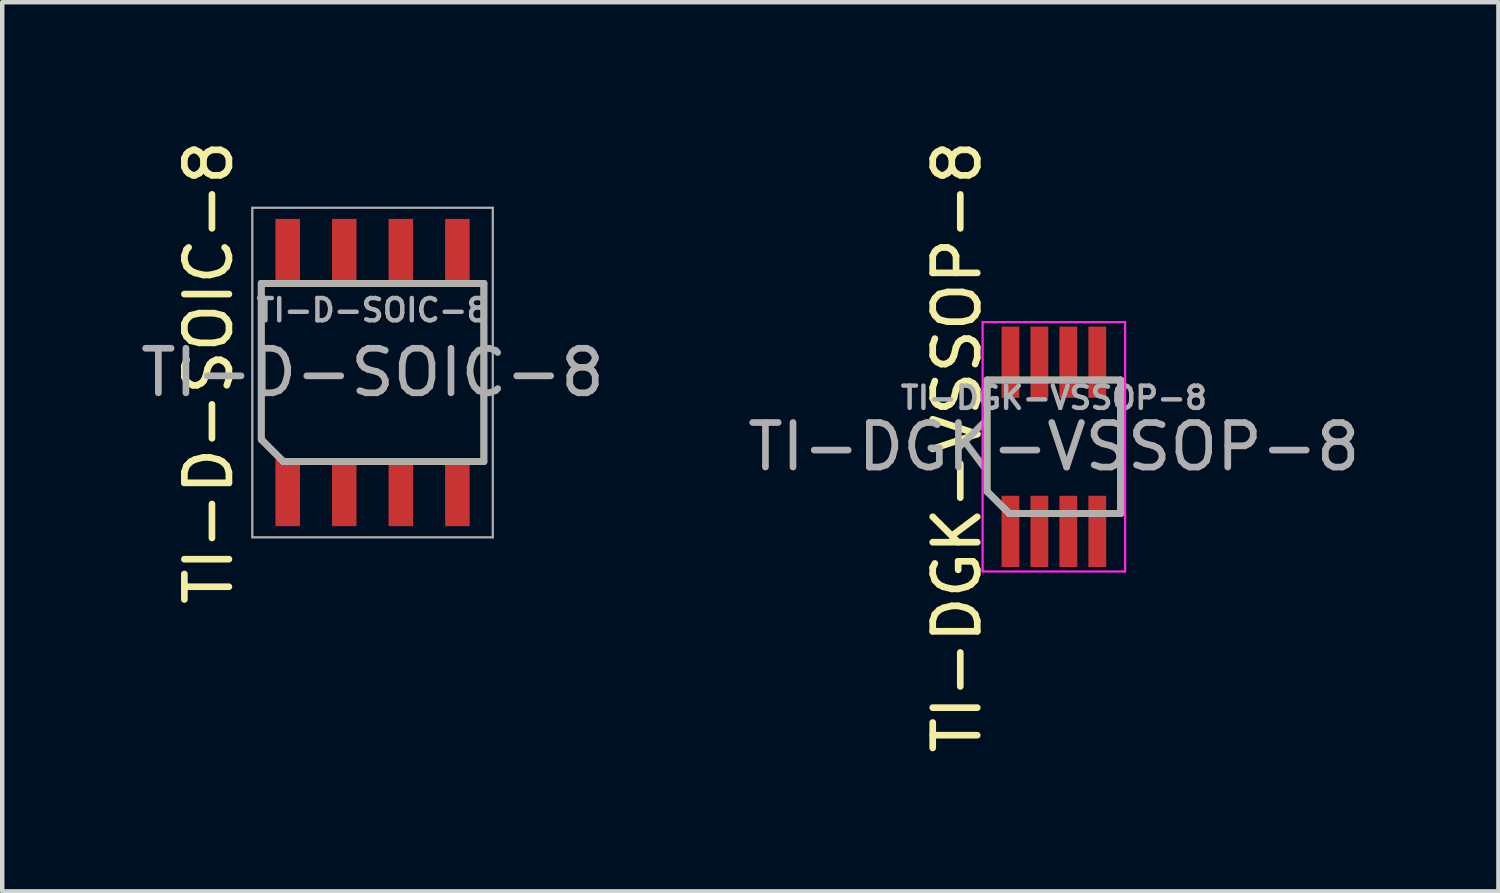
<source format=kicad_pcb>
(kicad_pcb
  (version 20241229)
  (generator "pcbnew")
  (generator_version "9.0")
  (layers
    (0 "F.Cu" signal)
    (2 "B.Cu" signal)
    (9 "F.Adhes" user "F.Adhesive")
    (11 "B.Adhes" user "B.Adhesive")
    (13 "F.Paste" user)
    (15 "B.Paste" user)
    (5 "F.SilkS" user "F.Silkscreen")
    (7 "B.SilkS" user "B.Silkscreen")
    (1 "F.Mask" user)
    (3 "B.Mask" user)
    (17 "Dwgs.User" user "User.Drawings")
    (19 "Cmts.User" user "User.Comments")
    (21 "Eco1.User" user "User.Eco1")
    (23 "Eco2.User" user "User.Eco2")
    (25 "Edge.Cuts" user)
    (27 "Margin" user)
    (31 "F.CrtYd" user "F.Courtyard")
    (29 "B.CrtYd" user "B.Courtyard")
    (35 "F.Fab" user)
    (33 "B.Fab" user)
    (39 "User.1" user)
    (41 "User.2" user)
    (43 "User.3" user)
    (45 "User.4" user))
  (footprint "TI-DGK-VSSOP-8"
    (layer "F.Cu")
    (at 20.613 6.982)
    (property "Reference" "TI-DGK-VSSOP-8" (at -2.175 0 90) (layer "F.SilkS") (effects (font (size 1 1) (thickness 0.15))))
    (property "Value" "TI-DGK-VSSOP-8" (at 0 4 0) (layer "F.Fab") (hide yes) (effects (font (size 1 1) (thickness 0.15))))
    (attr smd)
    (fp_line (start -1.5 -1.5) (end -1.5 1) (stroke (width 0.15) (type solid)) (layer "F.SilkS"))
    (fp_line (start -1.5 1) (end -1 1.5) (stroke (width 0.15) (type solid)) (layer "F.SilkS"))
    (fp_line (start -1 1.5) (end 1.5 1.5) (stroke (width 0.15) (type solid)) (layer "F.SilkS"))
    (fp_line (start 1.5 -1.5) (end -1.5 -1.5) (stroke (width 0.15) (type solid)) (layer "F.SilkS"))
    (fp_line (start 1.5 1.5) (end 1.5 -1.5) (stroke (width 0.15) (type solid)) (layer "F.SilkS"))
    (fp_line (start -1.6 -2.8) (end -1.6 2.8) (stroke (width 0.05) (type solid)) (layer "F.CrtYd"))
    (fp_line (start -1.6 2.8) (end 1.6 2.8) (stroke (width 0.05) (type solid)) (layer "F.CrtYd"))
    (fp_line (start 1.6 -2.8) (end -1.6 -2.8) (stroke (width 0.05) (type solid)) (layer "F.CrtYd"))
    (fp_line (start 1.6 2.8) (end 1.6 -2.8) (stroke (width 0.05) (type solid)) (layer "F.CrtYd"))
    (fp_line (start -1.5 -1.5) (end -1.5 1) (stroke (width 0.15) (type solid)) (layer "F.Fab"))
    (fp_line (start -1.5 1) (end -1 1.5) (stroke (width 0.15) (type solid)) (layer "F.Fab"))
    (fp_line (start -1 1.5) (end 1.5 1.5) (stroke (width 0.15) (type solid)) (layer "F.Fab"))
    (fp_line (start 1.5 -1.5) (end -1.5 -1.5) (stroke (width 0.15) (type solid)) (layer "F.Fab"))
    (fp_line (start 1.5 1.5) (end 1.5 -1.5) (stroke (width 0.15) (type solid)) (layer "F.Fab"))
    (fp_text user "${REFERENCE}" (at 0 0 0) (layer "F.Fab") (effects (font (size 1 1) (thickness 0.15))))
    (fp_text user "${VALUE}" (at 0 -1.1 0) (layer "F.Fab") (effects (font (size 0.5 0.5) (thickness 0.1))))
    (pad "1" smd rect (at -0.975 1.9) (size 0.4 1.6) (layers "F.Cu" "F.Mask" "F.Paste"))
    (pad "2" smd rect (at -0.325 1.9) (size 0.4 1.6) (layers "F.Cu" "F.Mask" "F.Paste"))
    (pad "3" smd rect (at 0.325 1.9) (size 0.4 1.6) (layers "F.Cu" "F.Mask" "F.Paste"))
    (pad "4" smd rect (at 0.975 1.9) (size 0.4 1.6) (layers "F.Cu" "F.Mask" "F.Paste"))
    (pad "5" smd rect (at 0.975 -1.9) (size 0.4 1.6) (layers "F.Cu" "F.Mask" "F.Paste"))
    (pad "6" smd rect (at 0.325 -1.9) (size 0.4 1.6) (layers "F.Cu" "F.Mask" "F.Paste"))
    (pad "7" smd rect (at -0.325 -1.9) (size 0.4 1.6) (layers "F.Cu" "F.Mask" "F.Paste"))
    (pad "8" smd rect (at -0.975 -1.9) (size 0.4 1.6) (layers "F.Cu" "F.Mask" "F.Paste")))
  (footprint "TI-D-SOIC-8"
    (layer "F.Cu")
    (at 5.315 5.315)
    (property "Reference" "TI-D-SOIC-8" (at -3.68 0 90) (layer "F.SilkS") (effects (font (size 1 1) (thickness 0.15))))
    (property "Value" "TI-D-SOIC-8" (at 0 4.4 0) (layer "F.Fab") (hide yes) (effects (font (size 1 1) (thickness 0.15))))
    (attr smd)
    (fp_line (start -2.5 -2) (end -2.5 1.5) (stroke (width 0.15) (type solid)) (layer "F.SilkS"))
    (fp_line (start -2.5 1.5) (end -2 2) (stroke (width 0.15) (type solid)) (layer "F.SilkS"))
    (fp_line (start -2 2) (end 2.5 2) (stroke (width 0.15) (type solid)) (layer "F.SilkS"))
    (fp_line (start 2.5 -2) (end -2.5 -2) (stroke (width 0.15) (type solid)) (layer "F.SilkS"))
    (fp_line (start 2.5 2) (end 2.5 -2) (stroke (width 0.15) (type solid)) (layer "F.SilkS"))
    (fp_line (start -2.7 -3.7) (end -2.7 3.7) (stroke (width 0.05) (type solid)) (layer "F.Fab"))
    (fp_line (start -2.7 3.7) (end 2.7 3.7) (stroke (width 0.05) (type solid)) (layer "F.Fab"))
    (fp_line (start -2.5 -2) (end -2.5 1.5) (stroke (width 0.15) (type solid)) (layer "F.Fab"))
    (fp_line (start -2.5 1.5) (end -2 2) (stroke (width 0.15) (type solid)) (layer "F.Fab"))
    (fp_line (start -2 2) (end 2.5 2) (stroke (width 0.15) (type solid)) (layer "F.Fab"))
    (fp_line (start 2.5 -2) (end -2.5 -2) (stroke (width 0.15) (type solid)) (layer "F.Fab"))
    (fp_line (start 2.5 2) (end 2.5 -2) (stroke (width 0.15) (type solid)) (layer "F.Fab"))
    (fp_line (start 2.7 -3.7) (end -2.7 -3.7) (stroke (width 0.05) (type solid)) (layer "F.Fab"))
    (fp_line (start 2.7 3.7) (end 2.7 -3.7) (stroke (width 0.05) (type solid)) (layer "F.Fab"))
    (fp_text user "${VALUE}" (at 0 -1.4 0) (layer "F.Fab") (effects (font (size 0.5 0.5) (thickness 0.1))))
    (fp_text user "${REFERENCE}" (at 0 0 0) (layer "F.Fab") (effects (font (size 1 1) (thickness 0.15))))
    (pad "1" smd rect (at -1.905 2.7) (size 0.55 1.5) (layers "F.Cu" "F.Mask" "F.Paste"))
    (pad "2" smd rect (at -0.635 2.7) (size 0.55 1.5) (layers "F.Cu" "F.Mask" "F.Paste"))
    (pad "3" smd rect (at 0.635 2.7) (size 0.55 1.5) (layers "F.Cu" "F.Mask" "F.Paste"))
    (pad "4" smd rect (at 1.905 2.7) (size 0.55 1.5) (layers "F.Cu" "F.Mask" "F.Paste"))
    (pad "5" smd rect (at 1.905 -2.7) (size 0.55 1.5) (layers "F.Cu" "F.Mask" "F.Paste"))
    (pad "6" smd rect (at 0.635 -2.7) (size 0.55 1.5) (layers "F.Cu" "F.Mask" "F.Paste"))
    (pad "7" smd rect (at -0.635 -2.7) (size 0.55 1.5) (layers "F.Cu" "F.Mask" "F.Paste"))
    (pad "8" smd rect (at -1.905 -2.7) (size 0.55 1.5) (layers "F.Cu" "F.Mask" "F.Paste")))
  (gr_rect
    (start -3 -3)
    (end 30.595 16.964)
    (stroke (width 0.1) (type default))
    (fill no)
    (layer "Edge.Cuts")))
</source>
